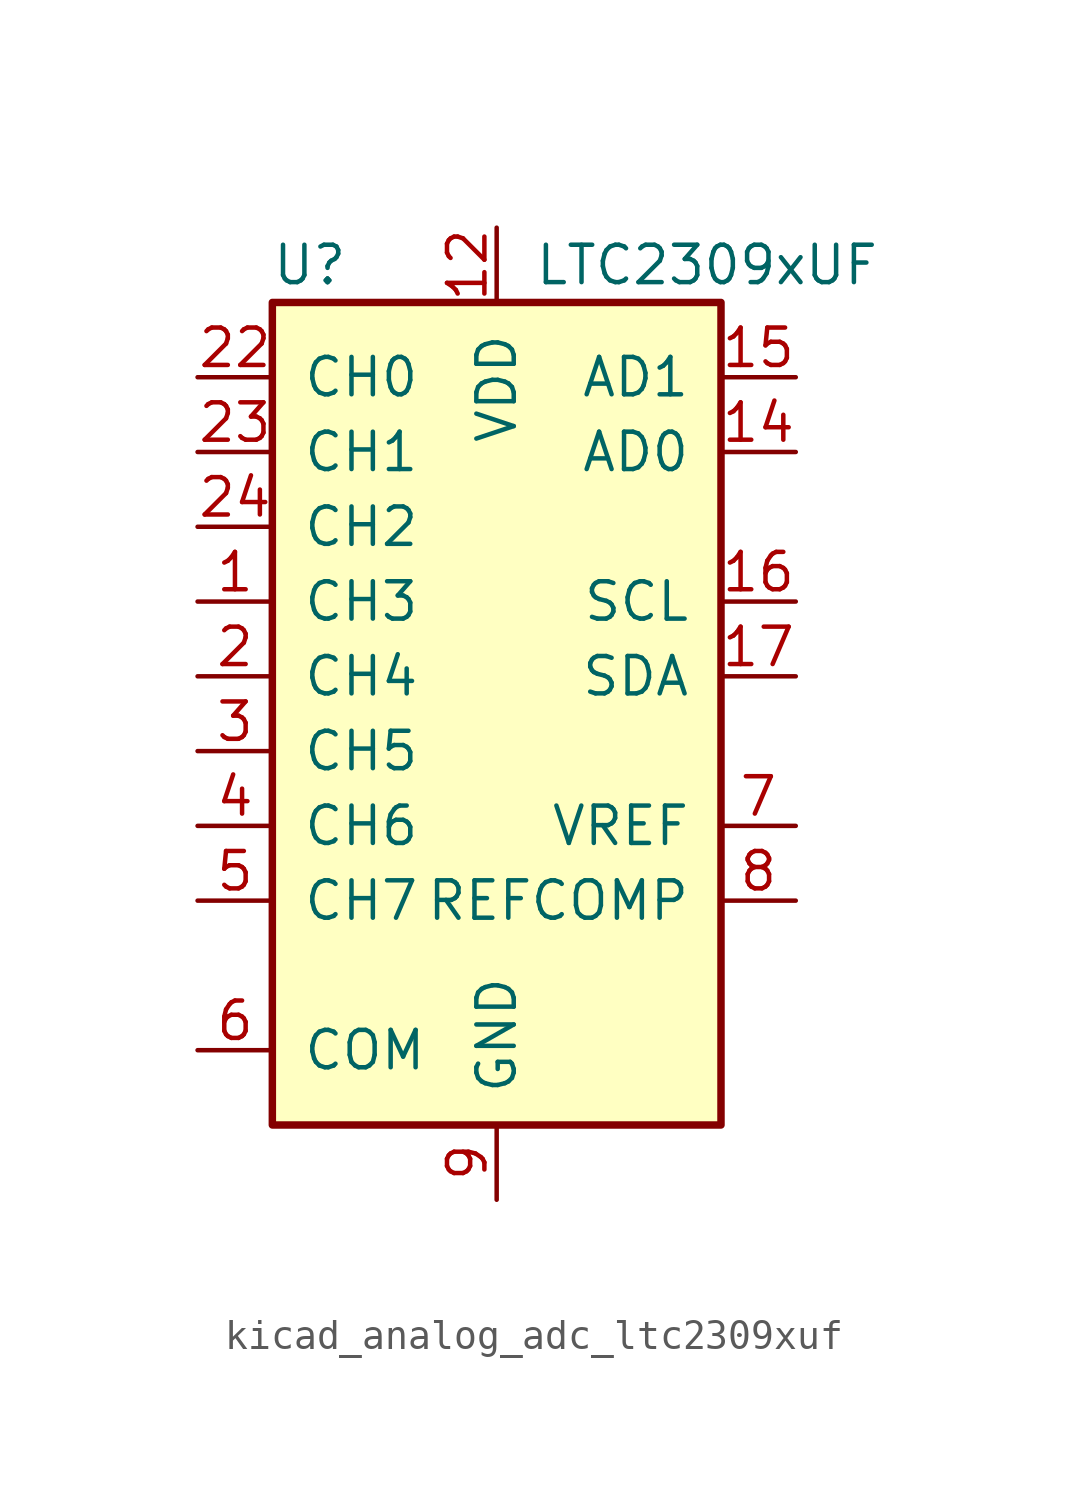
<source format=kicad_sym>
(kicad_symbol_lib
  (version 20220914)
  (generator kicad_symbol_editor)
  (symbol "kicad_analog_adc_ltc2309xuf"
    (pin_names
      (offset 1.016))
    (property "Reference" "U"
      (at -6.35 13.97 0)
      (effects (font (size 1.27 1.27))))
    (property "Value" "LTC2309xUF"
      (at 1.27 13.97 0)
      (effects (font (size 1.27 1.27)) (justify left)))
    (symbol "kicad_analog_adc_ltc2309xuf_0_1"
      (rectangle (start -7.62 12.7) (end 7.62 -15.24) (stroke (width 0.254) (type default)) (fill (type background)))
      (pin input line (at -10.16 -2.54 0) (length 2.54) (name "CH5" (effects (font (size 1.27 1.27)))) (number "3" (effects (font (size 1.27 1.27))))))
    (symbol "kicad_analog_adc_ltc2309xuf_1_1"
      (pin input line (at -10.16 2.54 0) (length 2.54) (name "CH3" (effects (font (size 1.27 1.27)))) (number "1" (effects (font (size 1.27 1.27)))))
      (pin passive line (at 0 -17.78 90) (length 2.54) hide (name "GND" (effects (font (size 1.27 1.27)))) (number "10" (effects (font (size 1.27 1.27)))))
      (pin passive line (at 0 -17.78 90) (length 2.54) hide (name "GND" (effects (font (size 1.27 1.27)))) (number "11" (effects (font (size 1.27 1.27)))))
      (pin power_in line (at 0 15.24 270) (length 2.54) (name "VDD" (effects (font (size 1.27 1.27)))) (number "12" (effects (font (size 1.27 1.27)))))
      (pin passive line (at 0 15.24 270) (length 2.54) hide (name "VDD" (effects (font (size 1.27 1.27)))) (number "13" (effects (font (size 1.27 1.27)))))
      (pin input line (at 10.16 7.62 180) (length 2.54) (name "AD0" (effects (font (size 1.27 1.27)))) (number "14" (effects (font (size 1.27 1.27)))))
      (pin input line (at 10.16 10.16 180) (length 2.54) (name "AD1" (effects (font (size 1.27 1.27)))) (number "15" (effects (font (size 1.27 1.27)))))
      (pin input line (at 10.16 2.54 180) (length 2.54) (name "SCL" (effects (font (size 1.27 1.27)))) (number "16" (effects (font (size 1.27 1.27)))))
      (pin bidirectional line (at 10.16 0 180) (length 2.54) (name "SDA" (effects (font (size 1.27 1.27)))) (number "17" (effects (font (size 1.27 1.27)))))
      (pin passive line (at 0 -17.78 90) (length 2.54) hide (name "GND" (effects (font (size 1.27 1.27)))) (number "18" (effects (font (size 1.27 1.27)))))
      (pin passive line (at 0 -17.78 90) (length 2.54) hide (name "GND" (effects (font (size 1.27 1.27)))) (number "19" (effects (font (size 1.27 1.27)))))
      (pin input line (at -10.16 0 0) (length 2.54) (name "CH4" (effects (font (size 1.27 1.27)))) (number "2" (effects (font (size 1.27 1.27)))))
      (pin passive line (at 0 -17.78 90) (length 2.54) hide (name "GND" (effects (font (size 1.27 1.27)))) (number "20" (effects (font (size 1.27 1.27)))))
      (pin passive line (at 0 15.24 270) (length 2.54) hide (name "VDD" (effects (font (size 1.27 1.27)))) (number "21" (effects (font (size 1.27 1.27)))))
      (pin input line (at -10.16 10.16 0) (length 2.54) (name "CH0" (effects (font (size 1.27 1.27)))) (number "22" (effects (font (size 1.27 1.27)))))
      (pin input line (at -10.16 7.62 0) (length 2.54) (name "CH1" (effects (font (size 1.27 1.27)))) (number "23" (effects (font (size 1.27 1.27)))))
      (pin input line (at -10.16 5.08 0) (length 2.54) (name "CH2" (effects (font (size 1.27 1.27)))) (number "24" (effects (font (size 1.27 1.27)))))
      (pin passive line (at 0 -17.78 90) (length 2.54) hide (name "GND" (effects (font (size 1.27 1.27)))) (number "25" (effects (font (size 1.27 1.27)))))
      (pin input line (at -10.16 -5.08 0) (length 2.54) (name "CH6" (effects (font (size 1.27 1.27)))) (number "4" (effects (font (size 1.27 1.27)))))
      (pin input line (at -10.16 -7.62 0) (length 2.54) (name "CH7" (effects (font (size 1.27 1.27)))) (number "5" (effects (font (size 1.27 1.27)))))
      (pin input line (at -10.16 -12.7 0) (length 2.54) (name "COM" (effects (font (size 1.27 1.27)))) (number "6" (effects (font (size 1.27 1.27)))))
      (pin input line (at 10.16 -5.08 180) (length 2.54) (name "VREF" (effects (font (size 1.27 1.27)))) (number "7" (effects (font (size 1.27 1.27)))))
      (pin input line (at 10.16 -7.62 180) (length 2.54) (name "REFCOMP" (effects (font (size 1.27 1.27)))) (number "8" (effects (font (size 1.27 1.27)))))
      (pin power_in line (at 0 -17.78 90) (length 2.54) (name "GND" (effects (font (size 1.27 1.27)))) (number "9" (effects (font (size 1.27 1.27))))))))
</source>
